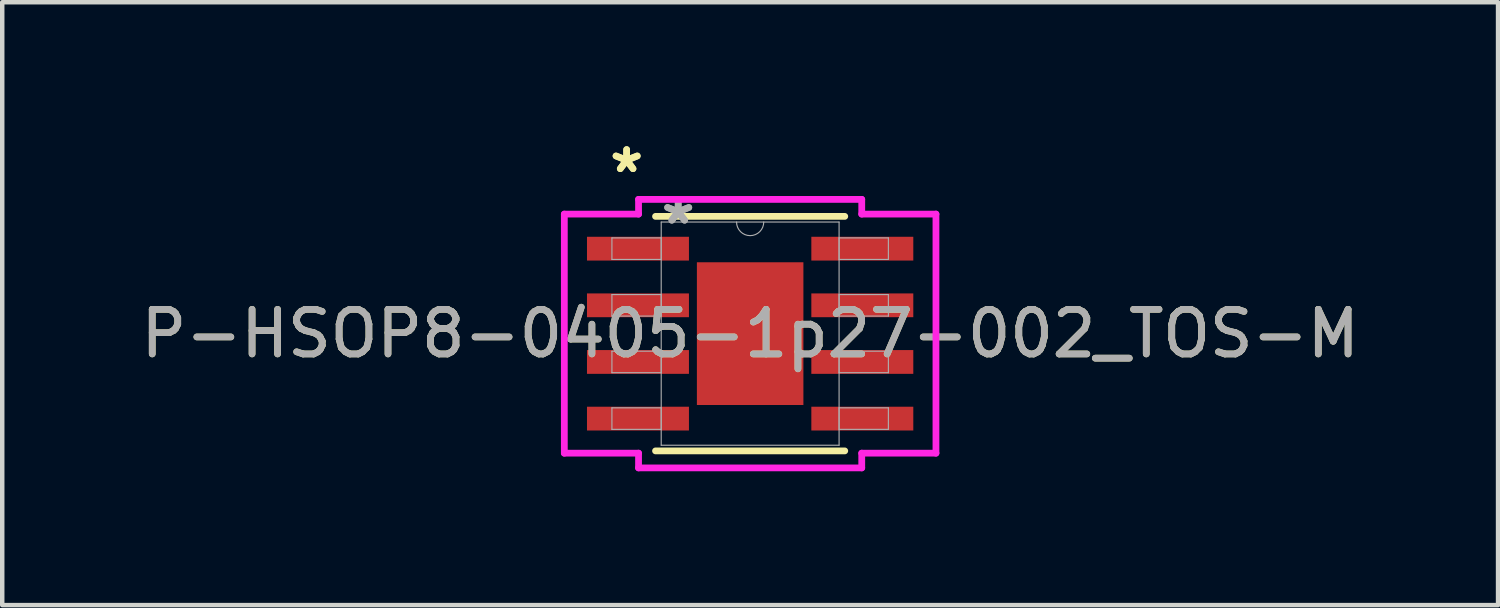
<source format=kicad_pcb>
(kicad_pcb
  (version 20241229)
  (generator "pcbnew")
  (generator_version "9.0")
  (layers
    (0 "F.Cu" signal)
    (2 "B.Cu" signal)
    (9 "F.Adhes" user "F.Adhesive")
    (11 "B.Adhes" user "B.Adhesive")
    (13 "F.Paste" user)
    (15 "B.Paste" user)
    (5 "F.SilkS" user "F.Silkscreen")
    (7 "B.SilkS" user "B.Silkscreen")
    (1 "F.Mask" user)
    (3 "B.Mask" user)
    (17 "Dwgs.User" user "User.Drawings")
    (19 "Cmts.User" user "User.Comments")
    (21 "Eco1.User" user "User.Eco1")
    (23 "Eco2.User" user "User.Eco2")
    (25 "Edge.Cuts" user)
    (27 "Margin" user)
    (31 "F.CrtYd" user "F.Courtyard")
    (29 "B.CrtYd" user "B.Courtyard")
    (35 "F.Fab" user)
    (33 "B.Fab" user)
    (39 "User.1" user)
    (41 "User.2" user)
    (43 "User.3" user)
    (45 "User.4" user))
  (footprint "P-HSOP8-0405-1p27-002_TOS-M"
    (layer "F.Cu")
    (at 13.768 4.43)
    (property "Reference" "P-HSOP8-0405-1p27-002_TOS-M" (at 0 0 0) (unlocked yes) (layer "F.SilkS") (effects (font (size 1 1) (thickness 0.15))))
    (attr smd)
    (fp_line (start -2.121 2.629) (end 2.121 2.629) (stroke (width 0.152) (type solid)) (layer "F.SilkS"))
    (fp_line (start 2.121 -2.629) (end -2.121 -2.629) (stroke (width 0.152) (type solid)) (layer "F.SilkS"))
    (fp_poly (pts (xy -1.094 -1.5) (xy -1.094 -0.1) (xy 1.094 -0.1) (xy 1.094 -1.5)) (stroke (width 0) (type solid)) (fill yes) (layer "F.Paste"))
    (fp_poly (pts (xy -1.094 0.1) (xy -1.094 1.5) (xy 1.094 1.5) (xy 1.094 0.1)) (stroke (width 0) (type solid)) (fill yes) (layer "F.Paste"))
    (fp_line (start -4.166 -2.68) (end -2.502 -2.68) (stroke (width 0.152) (type solid)) (layer "F.CrtYd"))
    (fp_line (start -4.166 2.68) (end -4.166 -2.68) (stroke (width 0.152) (type solid)) (layer "F.CrtYd"))
    (fp_line (start -4.166 2.68) (end -2.502 2.68) (stroke (width 0.152) (type solid)) (layer "F.CrtYd"))
    (fp_line (start -2.502 -3.01) (end 2.502 -3.01) (stroke (width 0.152) (type solid)) (layer "F.CrtYd"))
    (fp_line (start -2.502 -2.68) (end -2.502 -3.01) (stroke (width 0.152) (type solid)) (layer "F.CrtYd"))
    (fp_line (start -2.502 3.01) (end -2.502 2.68) (stroke (width 0.152) (type solid)) (layer "F.CrtYd"))
    (fp_line (start 2.502 -3.01) (end 2.502 -2.68) (stroke (width 0.152) (type solid)) (layer "F.CrtYd"))
    (fp_line (start 2.502 2.68) (end 2.502 3.01) (stroke (width 0.152) (type solid)) (layer "F.CrtYd"))
    (fp_line (start 2.502 3.01) (end -2.502 3.01) (stroke (width 0.152) (type solid)) (layer "F.CrtYd"))
    (fp_line (start 4.166 -2.68) (end 2.502 -2.68) (stroke (width 0.152) (type solid)) (layer "F.CrtYd"))
    (fp_line (start 4.166 -2.68) (end 4.166 2.68) (stroke (width 0.152) (type solid)) (layer "F.CrtYd"))
    (fp_line (start 4.166 2.68) (end 2.502 2.68) (stroke (width 0.152) (type solid)) (layer "F.CrtYd"))
    (fp_line (start -3.099 -2.146) (end -3.099 -1.664) (stroke (width 0.025) (type solid)) (layer "F.Fab"))
    (fp_line (start -3.099 -1.664) (end -1.994 -1.664) (stroke (width 0.025) (type solid)) (layer "F.Fab"))
    (fp_line (start -3.099 -0.876) (end -3.099 -0.394) (stroke (width 0.025) (type solid)) (layer "F.Fab"))
    (fp_line (start -3.099 -0.394) (end -1.994 -0.394) (stroke (width 0.025) (type solid)) (layer "F.Fab"))
    (fp_line (start -3.099 0.394) (end -3.099 0.876) (stroke (width 0.025) (type solid)) (layer "F.Fab"))
    (fp_line (start -3.099 0.876) (end -1.994 0.876) (stroke (width 0.025) (type solid)) (layer "F.Fab"))
    (fp_line (start -3.099 1.664) (end -3.099 2.146) (stroke (width 0.025) (type solid)) (layer "F.Fab"))
    (fp_line (start -3.099 2.146) (end -1.994 2.146) (stroke (width 0.025) (type solid)) (layer "F.Fab"))
    (fp_line (start -1.994 -2.502) (end -1.994 2.502) (stroke (width 0.025) (type solid)) (layer "F.Fab"))
    (fp_line (start -1.994 -2.146) (end -3.099 -2.146) (stroke (width 0.025) (type solid)) (layer "F.Fab"))
    (fp_line (start -1.994 -1.664) (end -1.994 -2.146) (stroke (width 0.025) (type solid)) (layer "F.Fab"))
    (fp_line (start -1.994 -0.876) (end -3.099 -0.876) (stroke (width 0.025) (type solid)) (layer "F.Fab"))
    (fp_line (start -1.994 -0.394) (end -1.994 -0.876) (stroke (width 0.025) (type solid)) (layer "F.Fab"))
    (fp_line (start -1.994 0.394) (end -3.099 0.394) (stroke (width 0.025) (type solid)) (layer "F.Fab"))
    (fp_line (start -1.994 0.876) (end -1.994 0.394) (stroke (width 0.025) (type solid)) (layer "F.Fab"))
    (fp_line (start -1.994 1.664) (end -3.099 1.664) (stroke (width 0.025) (type solid)) (layer "F.Fab"))
    (fp_line (start -1.994 2.146) (end -1.994 1.664) (stroke (width 0.025) (type solid)) (layer "F.Fab"))
    (fp_line (start -1.994 2.502) (end 1.994 2.502) (stroke (width 0.025) (type solid)) (layer "F.Fab"))
    (fp_line (start 1.994 -2.502) (end -1.994 -2.502) (stroke (width 0.025) (type solid)) (layer "F.Fab"))
    (fp_line (start 1.994 -2.146) (end 1.994 -1.664) (stroke (width 0.025) (type solid)) (layer "F.Fab"))
    (fp_line (start 1.994 -1.664) (end 3.099 -1.664) (stroke (width 0.025) (type solid)) (layer "F.Fab"))
    (fp_line (start 1.994 -0.876) (end 1.994 -0.394) (stroke (width 0.025) (type solid)) (layer "F.Fab"))
    (fp_line (start 1.994 -0.394) (end 3.099 -0.394) (stroke (width 0.025) (type solid)) (layer "F.Fab"))
    (fp_line (start 1.994 0.394) (end 1.994 0.876) (stroke (width 0.025) (type solid)) (layer "F.Fab"))
    (fp_line (start 1.994 0.876) (end 3.099 0.876) (stroke (width 0.025) (type solid)) (layer "F.Fab"))
    (fp_line (start 1.994 1.664) (end 1.994 2.146) (stroke (width 0.025) (type solid)) (layer "F.Fab"))
    (fp_line (start 1.994 2.146) (end 3.099 2.146) (stroke (width 0.025) (type solid)) (layer "F.Fab"))
    (fp_line (start 1.994 2.502) (end 1.994 -2.502) (stroke (width 0.025) (type solid)) (layer "F.Fab"))
    (fp_line (start 3.099 -2.146) (end 1.994 -2.146) (stroke (width 0.025) (type solid)) (layer "F.Fab"))
    (fp_line (start 3.099 -1.664) (end 3.099 -2.146) (stroke (width 0.025) (type solid)) (layer "F.Fab"))
    (fp_line (start 3.099 -0.876) (end 1.994 -0.876) (stroke (width 0.025) (type solid)) (layer "F.Fab"))
    (fp_line (start 3.099 -0.394) (end 3.099 -0.876) (stroke (width 0.025) (type solid)) (layer "F.Fab"))
    (fp_line (start 3.099 0.394) (end 1.994 0.394) (stroke (width 0.025) (type solid)) (layer "F.Fab"))
    (fp_line (start 3.099 0.876) (end 3.099 0.394) (stroke (width 0.025) (type solid)) (layer "F.Fab"))
    (fp_line (start 3.099 1.664) (end 1.994 1.664) (stroke (width 0.025) (type solid)) (layer "F.Fab"))
    (fp_line (start 3.099 2.146) (end 3.099 1.664) (stroke (width 0.025) (type solid)) (layer "F.Fab"))
    (fp_arc (start 0.3048 -2.5019) (mid 0 -2.1971) (end -0.3048 -2.5019) (stroke (width 0.0254) (type solid)) (layer "F.Fab"))
    (fp_text user "*" (at -2.769 -3.581 0) (unlocked yes) (layer "F.SilkS") (effects (font (size 1 1) (thickness 0.15))))
    (fp_text user "*" (at -2.769 -3.581 0) (layer "F.SilkS") (effects (font (size 1 1) (thickness 0.15))))
    (fp_text user "*" (at -1.613 -2.426 0) (unlocked yes) (layer "F.Fab") (effects (font (size 1 1) (thickness 0.15))))
    (fp_text user "*" (at -1.613 -2.426 0) (layer "F.Fab") (effects (font (size 1 1) (thickness 0.15))))
    (fp_text user "${REFERENCE}" (at 0 0 0) (unlocked yes) (layer "F.Fab") (effects (font (size 1 1) (thickness 0.15))))
    (pad "1" smd rect (at -2.515 -1.905) (size 2.286 0.533) (layers "F.Cu" "F.Mask" "F.Paste"))
    (pad "2" smd rect (at -2.515 -0.635) (size 2.286 0.533) (layers "F.Cu" "F.Mask" "F.Paste"))
    (pad "3" smd rect (at -2.515 0.635) (size 2.286 0.533) (layers "F.Cu" "F.Mask" "F.Paste"))
    (pad "4" smd rect (at -2.515 1.905) (size 2.286 0.533) (layers "F.Cu" "F.Mask" "F.Paste"))
    (pad "5" smd rect (at 2.515 1.905) (size 2.286 0.533) (layers "F.Cu" "F.Mask" "F.Paste"))
    (pad "6" smd rect (at 2.515 0.635) (size 2.286 0.533) (layers "F.Cu" "F.Mask" "F.Paste"))
    (pad "7" smd rect (at 2.515 -0.635) (size 2.286 0.533) (layers "F.Cu" "F.Mask" "F.Paste"))
    (pad "8" smd rect (at 2.515 -1.905) (size 2.286 0.533) (layers "F.Cu" "F.Mask" "F.Paste"))
    (pad "EPAD" smd rect (at 0 0) (size 2.388 3.2) (layers "F.Cu" "F.Mask")))
  (gr_rect
    (start -3 -3)
    (end 30.536 10.516)
    (stroke (width 0.1) (type default))
    (fill no)
    (layer "Edge.Cuts")))
</source>
